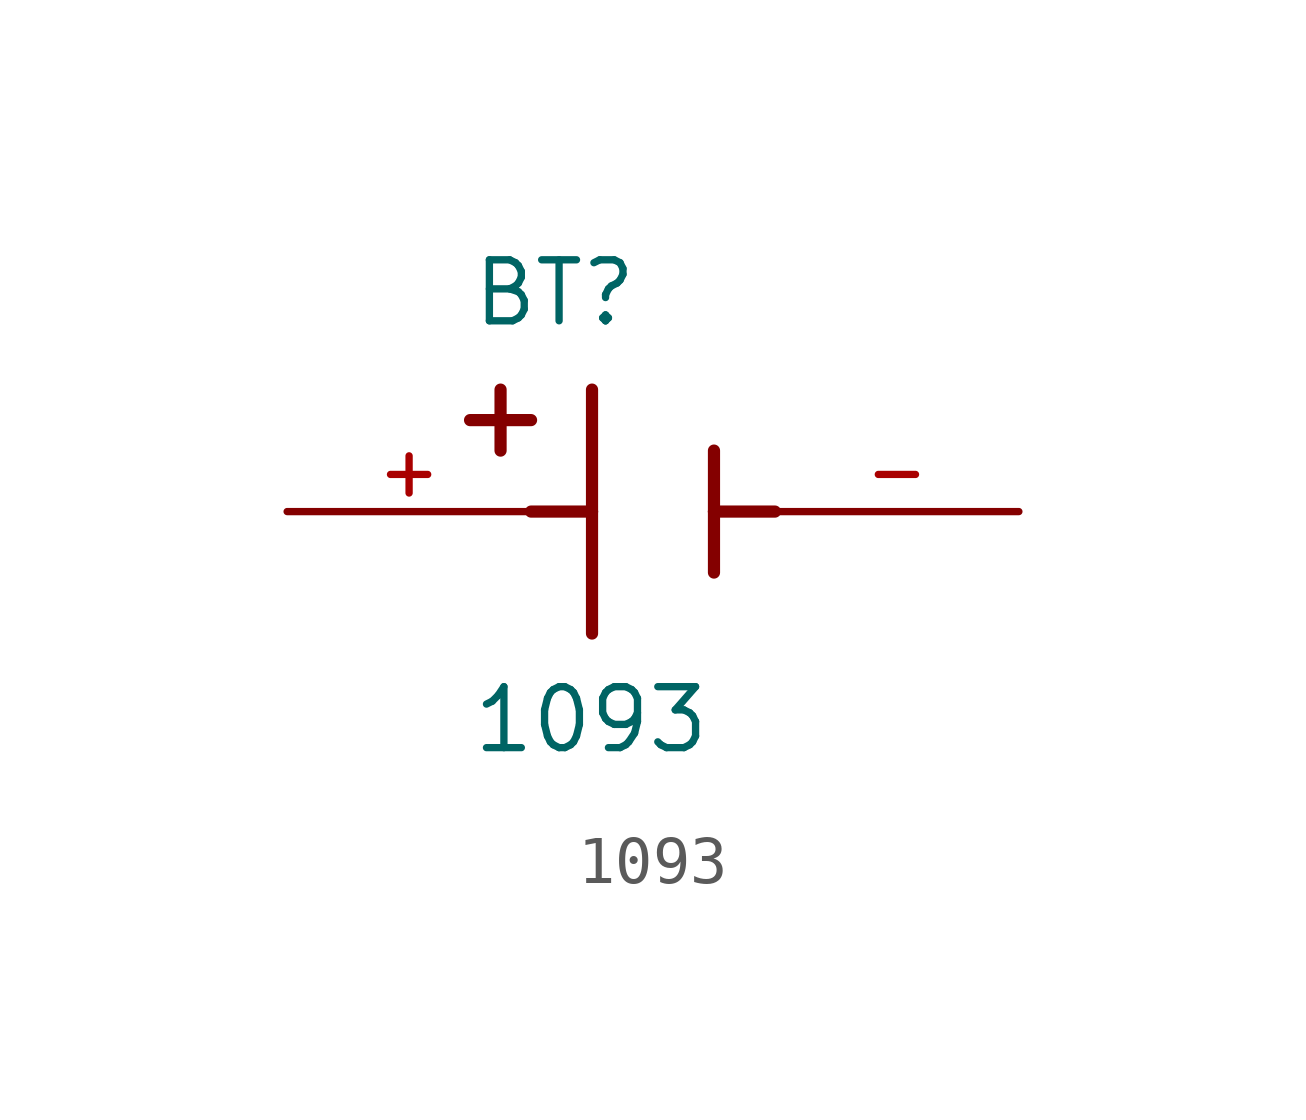
<source format=kicad_sym>
(kicad_symbol_lib
  (version 20211014)
  (generator kicad_symbol_editor)
  (symbol "1093"
    (pin_names
      (offset 1.016))
    (property "Reference" "BT"
      (at -3.81 3.81 0)
      (effects (font (size 1.27 1.27)) (justify bottom left)))
    (property "Value" "1093"
      (at -3.81 -5.08 0)
      (effects (font (size 1.27 1.27)) (justify bottom left)))
    (symbol "1093_0_0"
      (polyline (pts (xy -1.27 2.54) (xy -1.27 0.0)) (stroke (width 0.254)))
      (polyline (pts (xy -1.27 0.0) (xy -1.27 -2.54)) (stroke (width 0.254)))
      (polyline (pts (xy 1.27 1.27) (xy 1.27 0.0)) (stroke (width 0.254)))
      (polyline (pts (xy 1.27 0.0) (xy 1.27 -1.27)) (stroke (width 0.254)))
      (polyline (pts (xy -1.27 0.0) (xy -2.54 0.0)) (stroke (width 0.254)))
      (polyline (pts (xy 1.27 0.0) (xy 2.54 0.0)) (stroke (width 0.254)))
      (polyline (pts (xy -3.175 2.54) (xy -3.175 1.27)) (stroke (width 0.254)))
      (polyline (pts (xy -3.81 1.905) (xy -2.54 1.905)) (stroke (width 0.254)))
      (pin passive line (at -7.62 0.0 0) (length 5.08) (name "~" (effects (font (size 1.016 1.016)))) (number "+" (effects (font (size 1.016 1.016)))))
      (pin passive line (at 7.62 0.0 180.0) (length 5.08) (name "~" (effects (font (size 1.016 1.016)))) (number "-" (effects (font (size 1.016 1.016))))))))
</source>
